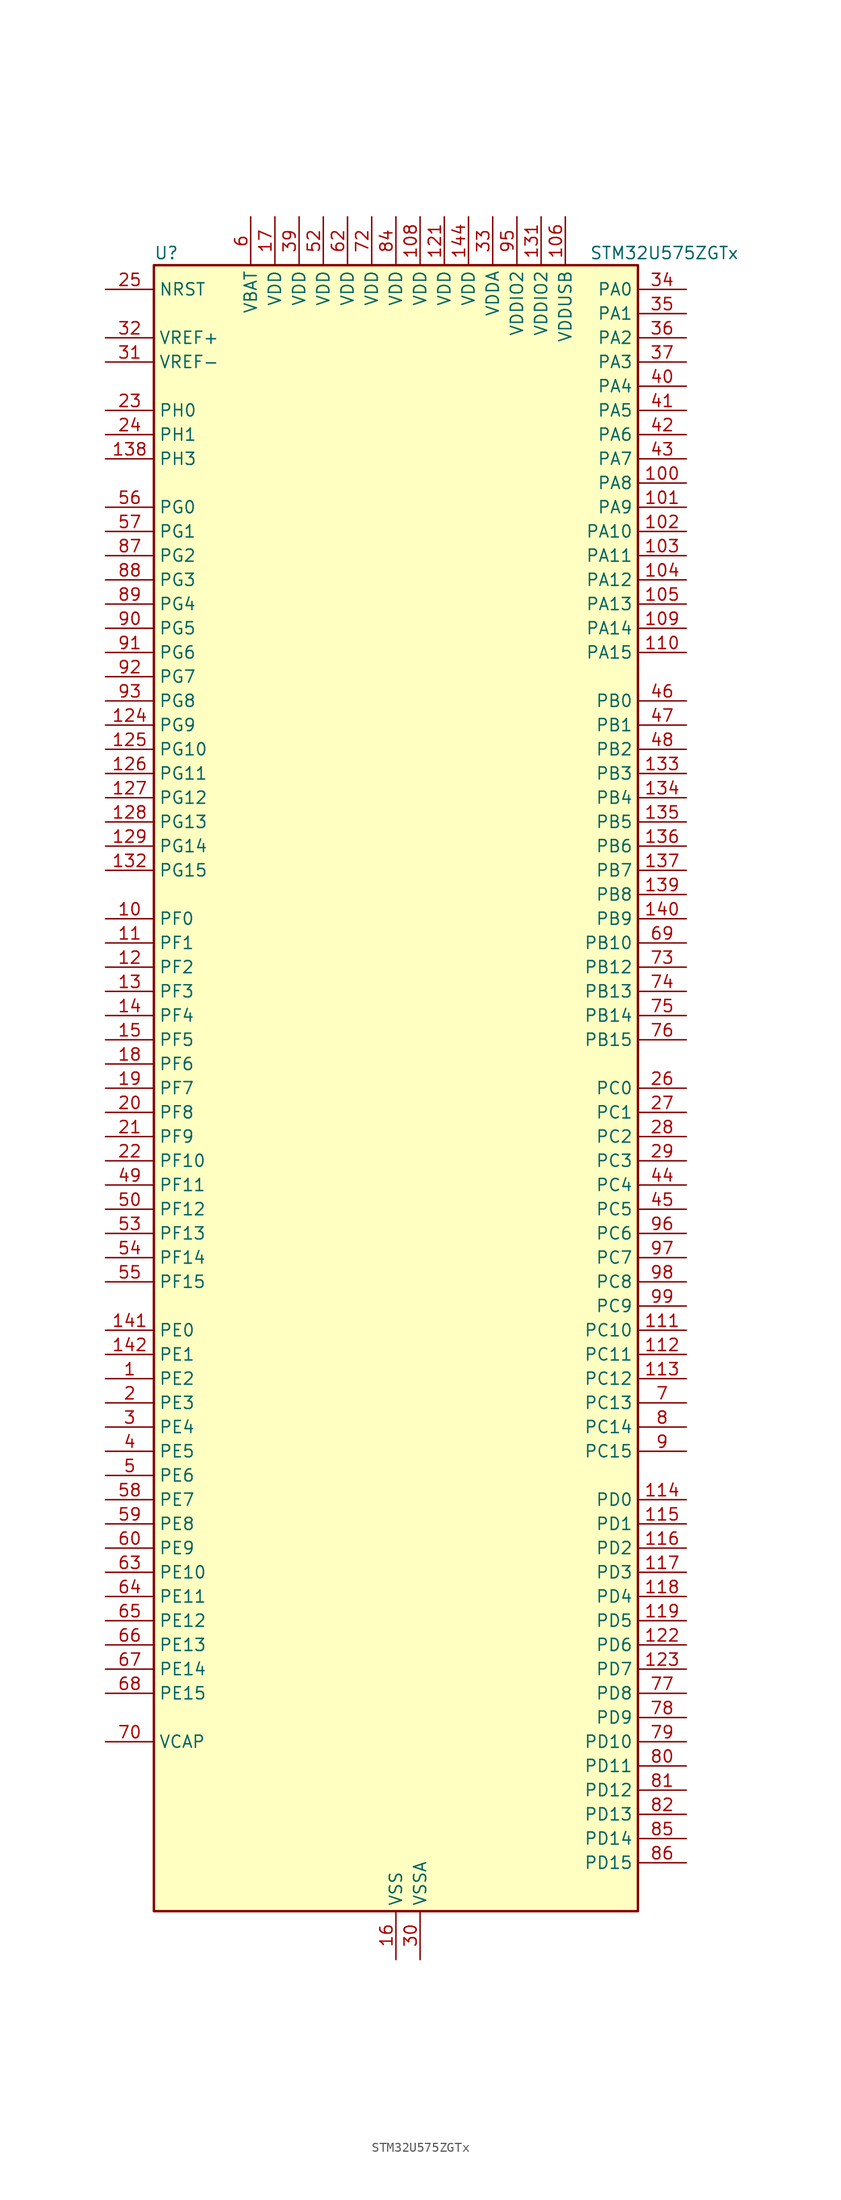
<source format=kicad_sym>
(kicad_symbol_lib
  (version 20211014)
  (generator kicad-library-utils)
  (symbol "STM32U575ZGTx"
    (property "Reference" "U"
      (at -25.4 87.63 0)
      (effects (font (size 1.27 1.27)) (justify left)))
    (property "Value" "STM32U575ZGTx"
      (at 20.32 87.63 0)
      (effects (font (size 1.27 1.27)) (justify left)))
    (property "ki_fp_filters" "LQFP*20x20mm*P0.5mm*"
      (at 0.0 0.0 0.0)
      (effects (font (size 1.27 1.27))))
    (symbol "STM32U575ZGTx_0_1"
      (rectangle (start -25.4 -86.36) (end 25.4 86.36) (stroke (width 0.254)) (fill (type background))))
    (symbol "STM32U575ZGTx_1_1"
      (pin input line (at -30.48 83.82 0) (length 5.08) (name "NRST" (effects (font (size 1.27 1.27)))) (number "25" (effects (font (size 1.27 1.27)))))
      (pin input line (at -30.48 78.74 0) (length 5.08) (name "VREF+" (effects (font (size 1.27 1.27)))) (number "32" (effects (font (size 1.27 1.27)))) (alternate "VREFBUF_OUT" bidirectional line))
      (pin input line (at -30.48 76.2 0) (length 5.08) (name "VREF-" (effects (font (size 1.27 1.27)))) (number "31" (effects (font (size 1.27 1.27)))))
      (pin bidirectional line (at -30.48 71.12 0) (length 5.08) (name "PH0" (effects (font (size 1.27 1.27)))) (number "23" (effects (font (size 1.27 1.27)))) (alternate "RCC_OSC_IN" bidirectional line))
      (pin bidirectional line (at -30.48 68.58 0) (length 5.08) (name "PH1" (effects (font (size 1.27 1.27)))) (number "24" (effects (font (size 1.27 1.27)))) (alternate "RCC_OSC_OUT" bidirectional line))
      (pin bidirectional line (at -30.48 66.04 0) (length 5.08) (name "PH3" (effects (font (size 1.27 1.27)))) (number "138" (effects (font (size 1.27 1.27)))))
      (pin bidirectional line (at -30.48 60.96 0) (length 5.08) (name "PG0" (effects (font (size 1.27 1.27)))) (number "56" (effects (font (size 1.27 1.27)))) (alternate "ADC4_IN7" bidirectional line) (alternate "FMC_A10" bidirectional line) (alternate "OCTOSPIM_P2_IO4" bidirectional line) (alternate "TSC_G8_IO3" bidirectional line))
      (pin bidirectional line (at -30.48 58.42 0) (length 5.08) (name "PG1" (effects (font (size 1.27 1.27)))) (number "57" (effects (font (size 1.27 1.27)))) (alternate "ADC4_IN8" bidirectional line) (alternate "FMC_A11" bidirectional line) (alternate "OCTOSPIM_P2_IO5" bidirectional line) (alternate "TSC_G8_IO4" bidirectional line))
      (pin bidirectional line (at -30.48 55.88 0) (length 5.08) (name "PG2" (effects (font (size 1.27 1.27)))) (number "87" (effects (font (size 1.27 1.27)))) (alternate "FMC_A12" bidirectional line) (alternate "SAI2_SCK_B" bidirectional line) (alternate "SPI1_SCK" bidirectional line))
      (pin bidirectional line (at -30.48 53.34 0) (length 5.08) (name "PG3" (effects (font (size 1.27 1.27)))) (number "88" (effects (font (size 1.27 1.27)))) (alternate "FMC_A13" bidirectional line) (alternate "SAI2_FS_B" bidirectional line) (alternate "SPI1_MISO" bidirectional line))
      (pin bidirectional line (at -30.48 50.8 0) (length 5.08) (name "PG4" (effects (font (size 1.27 1.27)))) (number "89" (effects (font (size 1.27 1.27)))) (alternate "FMC_A14" bidirectional line) (alternate "SAI2_MCLK_B" bidirectional line) (alternate "SPI1_MOSI" bidirectional line))
      (pin bidirectional line (at -30.48 48.26 0) (length 5.08) (name "PG5" (effects (font (size 1.27 1.27)))) (number "90" (effects (font (size 1.27 1.27)))) (alternate "FMC_A15" bidirectional line) (alternate "LPUART1_CTS" bidirectional line) (alternate "SAI2_SD_B" bidirectional line) (alternate "SPI1_NSS" bidirectional line))
      (pin bidirectional line (at -30.48 45.72 0) (length 5.08) (name "PG6" (effects (font (size 1.27 1.27)))) (number "91" (effects (font (size 1.27 1.27)))) (alternate "I2C3_SMBA" bidirectional line) (alternate "LPUART1_DE" bidirectional line) (alternate "LPUART1_RTS" bidirectional line) (alternate "OCTOSPIM_P1_DQS" bidirectional line) (alternate "SPI1_RDY" bidirectional line) (alternate "UCPD1_FRSTX1" bidirectional line))
      (pin bidirectional line (at -30.48 43.18 0) (length 5.08) (name "PG7" (effects (font (size 1.27 1.27)))) (number "92" (effects (font (size 1.27 1.27)))) (alternate "FMC_INT" bidirectional line) (alternate "I2C3_SCL" bidirectional line) (alternate "LPUART1_TX" bidirectional line) (alternate "MDF1_CCK0" bidirectional line) (alternate "OCTOSPIM_P2_DQS" bidirectional line) (alternate "SAI1_CK1" bidirectional line) (alternate "SAI1_MCLK_A" bidirectional line) (alternate "UCPD1_FRSTX2" bidirectional line))
      (pin bidirectional line (at -30.48 40.64 0) (length 5.08) (name "PG8" (effects (font (size 1.27 1.27)))) (number "93" (effects (font (size 1.27 1.27)))) (alternate "I2C3_SDA" bidirectional line) (alternate "LPUART1_RX" bidirectional line))
      (pin bidirectional line (at -30.48 38.1 0) (length 5.08) (name "PG9" (effects (font (size 1.27 1.27)))) (number "124" (effects (font (size 1.27 1.27)))) (alternate "DAC1_EXTI9" bidirectional line) (alternate "FMC_NCE" bidirectional line) (alternate "FMC_NE2" bidirectional line) (alternate "OCTOSPIM_P2_IO6" bidirectional line) (alternate "SAI2_SCK_A" bidirectional line) (alternate "SPI3_SCK" bidirectional line) (alternate "TIM15_CH1N" bidirectional line) (alternate "USART1_TX" bidirectional line))
      (pin bidirectional line (at -30.48 35.56 0) (length 5.08) (name "PG10" (effects (font (size 1.27 1.27)))) (number "125" (effects (font (size 1.27 1.27)))) (alternate "FMC_NE3" bidirectional line) (alternate "LPTIM1_IN1" bidirectional line) (alternate "OCTOSPIM_P2_IO7" bidirectional line) (alternate "SAI2_FS_A" bidirectional line) (alternate "SPI3_MISO" bidirectional line) (alternate "TIM15_CH1" bidirectional line) (alternate "USART1_RX" bidirectional line))
      (pin bidirectional line (at -30.48 33.02 0) (length 5.08) (name "PG11" (effects (font (size 1.27 1.27)))) (number "126" (effects (font (size 1.27 1.27)))) (alternate "ADC1_EXTI11" bidirectional line) (alternate "LPTIM1_IN2" bidirectional line) (alternate "OCTOSPIM_P1_IO5" bidirectional line) (alternate "SAI2_MCLK_A" bidirectional line) (alternate "SPI3_MOSI" bidirectional line) (alternate "TIM15_CH2" bidirectional line) (alternate "USART1_CTS" bidirectional line))
      (pin bidirectional line (at -30.48 30.48 0) (length 5.08) (name "PG12" (effects (font (size 1.27 1.27)))) (number "127" (effects (font (size 1.27 1.27)))) (alternate "FMC_NE4" bidirectional line) (alternate "LPTIM1_ETR" bidirectional line) (alternate "OCTOSPIM_P2_NCS" bidirectional line) (alternate "SAI2_SD_A" bidirectional line) (alternate "SPI3_NSS" bidirectional line) (alternate "USART1_DE" bidirectional line) (alternate "USART1_RTS" bidirectional line))
      (pin bidirectional line (at -30.48 27.94 0) (length 5.08) (name "PG13" (effects (font (size 1.27 1.27)))) (number "128" (effects (font (size 1.27 1.27)))) (alternate "FMC_A24" bidirectional line) (alternate "I2C1_SDA" bidirectional line) (alternate "SPI3_RDY" bidirectional line) (alternate "USART1_CK" bidirectional line))
      (pin bidirectional line (at -30.48 25.4 0) (length 5.08) (name "PG14" (effects (font (size 1.27 1.27)))) (number "129" (effects (font (size 1.27 1.27)))) (alternate "FMC_A25" bidirectional line) (alternate "I2C1_SCL" bidirectional line) (alternate "LPTIM1_CH2" bidirectional line))
      (pin bidirectional line (at -30.48 22.86 0) (length 5.08) (name "PG15" (effects (font (size 1.27 1.27)))) (number "132" (effects (font (size 1.27 1.27)))) (alternate "ADC1_EXTI15" bidirectional line) (alternate "ADC4_EXTI15" bidirectional line) (alternate "DCMI_D13" bidirectional line) (alternate "I2C1_SMBA" bidirectional line) (alternate "LPTIM1_CH1" bidirectional line) (alternate "OCTOSPIM_P2_DQS" bidirectional line) (alternate "PSSI_D13" bidirectional line))
      (pin bidirectional line (at -30.48 17.78 0) (length 5.08) (name "PF0" (effects (font (size 1.27 1.27)))) (number "10" (effects (font (size 1.27 1.27)))) (alternate "FMC_A0" bidirectional line) (alternate "I2C2_SDA" bidirectional line) (alternate "OCTOSPIM_P2_IO0" bidirectional line))
      (pin bidirectional line (at -30.48 15.24 0) (length 5.08) (name "PF1" (effects (font (size 1.27 1.27)))) (number "11" (effects (font (size 1.27 1.27)))) (alternate "FMC_A1" bidirectional line) (alternate "I2C2_SCL" bidirectional line) (alternate "OCTOSPIM_P2_IO1" bidirectional line))
      (pin bidirectional line (at -30.48 12.7 0) (length 5.08) (name "PF2" (effects (font (size 1.27 1.27)))) (number "12" (effects (font (size 1.27 1.27)))) (alternate "FMC_A2" bidirectional line) (alternate "I2C2_SMBA" bidirectional line) (alternate "LPTIM3_CH2" bidirectional line) (alternate "OCTOSPIM_P2_IO2" bidirectional line) (alternate "PWR_WKUP8" bidirectional line))
      (pin bidirectional line (at -30.48 10.16 0) (length 5.08) (name "PF3" (effects (font (size 1.27 1.27)))) (number "13" (effects (font (size 1.27 1.27)))) (alternate "FMC_A3" bidirectional line) (alternate "LPTIM3_IN1" bidirectional line) (alternate "OCTOSPIM_P2_IO3" bidirectional line))
      (pin bidirectional line (at -30.48 7.62 0) (length 5.08) (name "PF4" (effects (font (size 1.27 1.27)))) (number "14" (effects (font (size 1.27 1.27)))) (alternate "FMC_A4" bidirectional line) (alternate "LPTIM3_ETR" bidirectional line) (alternate "OCTOSPIM_P2_CLK" bidirectional line))
      (pin bidirectional line (at -30.48 5.08 0) (length 5.08) (name "PF5" (effects (font (size 1.27 1.27)))) (number "15" (effects (font (size 1.27 1.27)))) (alternate "FMC_A5" bidirectional line) (alternate "LPTIM3_CH1" bidirectional line) (alternate "OCTOSPIM_P2_NCLK" bidirectional line))
      (pin bidirectional line (at -30.48 2.54 0) (length 5.08) (name "PF6" (effects (font (size 1.27 1.27)))) (number "18" (effects (font (size 1.27 1.27)))) (alternate "DCMI_D12" bidirectional line) (alternate "OCTOSPIM_P1_IO3" bidirectional line) (alternate "OCTOSPIM_P2_NCS" bidirectional line) (alternate "PSSI_D12" bidirectional line) (alternate "SAI1_SD_B" bidirectional line) (alternate "TIM5_CH1" bidirectional line) (alternate "TIM5_ETR" bidirectional line))
      (pin bidirectional line (at -30.48 0.0 0) (length 5.08) (name "PF7" (effects (font (size 1.27 1.27)))) (number "19" (effects (font (size 1.27 1.27)))) (alternate "FDCAN1_RX" bidirectional line) (alternate "OCTOSPIM_P1_IO2" bidirectional line) (alternate "SAI1_MCLK_B" bidirectional line) (alternate "TIM5_CH2" bidirectional line))
      (pin bidirectional line (at -30.48 -2.54 0) (length 5.08) (name "PF8" (effects (font (size 1.27 1.27)))) (number "20" (effects (font (size 1.27 1.27)))) (alternate "FDCAN1_TX" bidirectional line) (alternate "OCTOSPIM_P1_IO0" bidirectional line) (alternate "PSSI_D14" bidirectional line) (alternate "SAI1_SCK_B" bidirectional line) (alternate "TIM5_CH3" bidirectional line))
      (pin bidirectional line (at -30.48 -5.08 0) (length 5.08) (name "PF9" (effects (font (size 1.27 1.27)))) (number "21" (effects (font (size 1.27 1.27)))) (alternate "DAC1_EXTI9" bidirectional line) (alternate "OCTOSPIM_P1_IO1" bidirectional line) (alternate "PSSI_D15" bidirectional line) (alternate "SAI1_FS_B" bidirectional line) (alternate "TIM15_CH1" bidirectional line) (alternate "TIM5_CH4" bidirectional line))
      (pin bidirectional line (at -30.48 -7.62 0) (length 5.08) (name "PF10" (effects (font (size 1.27 1.27)))) (number "22" (effects (font (size 1.27 1.27)))) (alternate "DCMI_D11" bidirectional line) (alternate "MDF1_CCK1" bidirectional line) (alternate "OCTOSPIM_P1_CLK" bidirectional line) (alternate "PSSI_D11" bidirectional line) (alternate "PSSI_D15" bidirectional line) (alternate "SAI1_D3" bidirectional line) (alternate "TIM15_CH2" bidirectional line))
      (pin bidirectional line (at -30.48 -10.16 0) (length 5.08) (name "PF11" (effects (font (size 1.27 1.27)))) (number "49" (effects (font (size 1.27 1.27)))) (alternate "ADC1_EXTI11" bidirectional line) (alternate "DCMI_D12" bidirectional line) (alternate "LPTIM4_IN1" bidirectional line) (alternate "OCTOSPIM_P1_NCLK" bidirectional line) (alternate "PSSI_D12" bidirectional line))
      (pin bidirectional line (at -30.48 -12.7 0) (length 5.08) (name "PF12" (effects (font (size 1.27 1.27)))) (number "50" (effects (font (size 1.27 1.27)))) (alternate "FMC_A6" bidirectional line) (alternate "LPTIM4_ETR" bidirectional line) (alternate "OCTOSPIM_P2_DQS" bidirectional line))
      (pin bidirectional line (at -30.48 -15.24 0) (length 5.08) (name "PF13" (effects (font (size 1.27 1.27)))) (number "53" (effects (font (size 1.27 1.27)))) (alternate "FMC_A7" bidirectional line) (alternate "I2C4_SMBA" bidirectional line) (alternate "LPTIM4_OUT" bidirectional line) (alternate "UCPD1_FRSTX2" bidirectional line))
      (pin bidirectional line (at -30.48 -17.78 0) (length 5.08) (name "PF14" (effects (font (size 1.27 1.27)))) (number "54" (effects (font (size 1.27 1.27)))) (alternate "ADC4_IN5" bidirectional line) (alternate "FMC_A8" bidirectional line) (alternate "I2C4_SCL" bidirectional line) (alternate "TSC_G8_IO1" bidirectional line))
      (pin bidirectional line (at -30.48 -20.32 0) (length 5.08) (name "PF15" (effects (font (size 1.27 1.27)))) (number "55" (effects (font (size 1.27 1.27)))) (alternate "ADC1_EXTI15" bidirectional line) (alternate "ADC4_EXTI15" bidirectional line) (alternate "ADC4_IN6" bidirectional line) (alternate "FMC_A9" bidirectional line) (alternate "I2C4_SDA" bidirectional line) (alternate "TSC_G8_IO2" bidirectional line))
      (pin bidirectional line (at -30.48 -25.4 0) (length 5.08) (name "PE0" (effects (font (size 1.27 1.27)))) (number "141" (effects (font (size 1.27 1.27)))) (alternate "DCMI_D2" bidirectional line) (alternate "FMC_NBL0" bidirectional line) (alternate "PSSI_D2" bidirectional line) (alternate "TIM16_CH1" bidirectional line) (alternate "TIM4_ETR" bidirectional line))
      (pin bidirectional line (at -30.48 -27.94 0) (length 5.08) (name "PE1" (effects (font (size 1.27 1.27)))) (number "142" (effects (font (size 1.27 1.27)))) (alternate "DCMI_D3" bidirectional line) (alternate "FMC_NBL1" bidirectional line) (alternate "PSSI_D3" bidirectional line) (alternate "TIM17_CH1" bidirectional line))
      (pin bidirectional line (at -30.48 -30.48 0) (length 5.08) (name "PE2" (effects (font (size 1.27 1.27)))) (number "1" (effects (font (size 1.27 1.27)))) (alternate "DEBUG_TRACECLK" bidirectional line) (alternate "FMC_A23" bidirectional line) (alternate "SAI1_CK1" bidirectional line) (alternate "SAI1_MCLK_A" bidirectional line) (alternate "TIM3_ETR" bidirectional line) (alternate "TSC_G7_IO1" bidirectional line))
      (pin bidirectional line (at -30.48 -33.02 0) (length 5.08) (name "PE3" (effects (font (size 1.27 1.27)))) (number "2" (effects (font (size 1.27 1.27)))) (alternate "DEBUG_TRACED0" bidirectional line) (alternate "FMC_A19" bidirectional line) (alternate "OCTOSPIM_P1_DQS" bidirectional line) (alternate "SAI1_SD_B" bidirectional line) (alternate "TAMP_IN6" bidirectional line) (alternate "TAMP_OUT3" bidirectional line) (alternate "TIM3_CH1" bidirectional line) (alternate "TSC_G7_IO2" bidirectional line))
      (pin bidirectional line (at -30.48 -35.56 0) (length 5.08) (name "PE4" (effects (font (size 1.27 1.27)))) (number "3" (effects (font (size 1.27 1.27)))) (alternate "DCMI_D4" bidirectional line) (alternate "DEBUG_TRACED1" bidirectional line) (alternate "FMC_A20" bidirectional line) (alternate "MDF1_SDI3" bidirectional line) (alternate "PSSI_D4" bidirectional line) (alternate "PWR_WKUP1" bidirectional line) (alternate "SAI1_D2" bidirectional line) (alternate "SAI1_FS_A" bidirectional line) (alternate "TAMP_IN7" bidirectional line) (alternate "TAMP_OUT8" bidirectional line) (alternate "TIM3_CH2" bidirectional line) (alternate "TSC_G7_IO3" bidirectional line))
      (pin bidirectional line (at -30.48 -38.1 0) (length 5.08) (name "PE5" (effects (font (size 1.27 1.27)))) (number "4" (effects (font (size 1.27 1.27)))) (alternate "DCMI_D6" bidirectional line) (alternate "DEBUG_TRACED2" bidirectional line) (alternate "FMC_A21" bidirectional line) (alternate "MDF1_CKI3" bidirectional line) (alternate "PSSI_D6" bidirectional line) (alternate "PWR_WKUP2" bidirectional line) (alternate "SAI1_CK2" bidirectional line) (alternate "SAI1_SCK_A" bidirectional line) (alternate "TAMP_IN8" bidirectional line) (alternate "TAMP_OUT7" bidirectional line) (alternate "TIM3_CH3" bidirectional line) (alternate "TSC_G7_IO4" bidirectional line))
      (pin bidirectional line (at -30.48 -40.64 0) (length 5.08) (name "PE6" (effects (font (size 1.27 1.27)))) (number "5" (effects (font (size 1.27 1.27)))) (alternate "DCMI_D7" bidirectional line) (alternate "DEBUG_TRACED3" bidirectional line) (alternate "FMC_A22" bidirectional line) (alternate "PSSI_D7" bidirectional line) (alternate "PWR_WKUP3" bidirectional line) (alternate "SAI1_D1" bidirectional line) (alternate "SAI1_SD_A" bidirectional line) (alternate "TAMP_IN3" bidirectional line) (alternate "TAMP_OUT6" bidirectional line) (alternate "TIM3_CH4" bidirectional line))
      (pin bidirectional line (at -30.48 -43.18 0) (length 5.08) (name "PE7" (effects (font (size 1.27 1.27)))) (number "58" (effects (font (size 1.27 1.27)))) (alternate "FMC_D4" bidirectional line) (alternate "FMC_DA4" bidirectional line) (alternate "MDF1_SDI2" bidirectional line) (alternate "PWR_WKUP6" bidirectional line) (alternate "SAI1_SD_B" bidirectional line) (alternate "TIM1_ETR" bidirectional line))
      (pin bidirectional line (at -30.48 -45.72 0) (length 5.08) (name "PE8" (effects (font (size 1.27 1.27)))) (number "59" (effects (font (size 1.27 1.27)))) (alternate "FMC_D5" bidirectional line) (alternate "FMC_DA5" bidirectional line) (alternate "MDF1_CKI2" bidirectional line) (alternate "PWR_WKUP7" bidirectional line) (alternate "SAI1_SCK_B" bidirectional line) (alternate "TIM1_CH1N" bidirectional line))
      (pin bidirectional line (at -30.48 -48.26 0) (length 5.08) (name "PE9" (effects (font (size 1.27 1.27)))) (number "60" (effects (font (size 1.27 1.27)))) (alternate "ADF1_CCK0" bidirectional line) (alternate "DAC1_EXTI9" bidirectional line) (alternate "FMC_D6" bidirectional line) (alternate "FMC_DA6" bidirectional line) (alternate "MDF1_CCK0" bidirectional line) (alternate "OCTOSPIM_P1_NCLK" bidirectional line) (alternate "SAI1_FS_B" bidirectional line) (alternate "TIM1_CH1" bidirectional line))
      (pin bidirectional line (at -30.48 -50.8 0) (length 5.08) (name "PE10" (effects (font (size 1.27 1.27)))) (number "63" (effects (font (size 1.27 1.27)))) (alternate "ADF1_SDI0" bidirectional line) (alternate "FMC_D7" bidirectional line) (alternate "FMC_DA7" bidirectional line) (alternate "MDF1_SDI4" bidirectional line) (alternate "OCTOSPIM_P1_CLK" bidirectional line) (alternate "SAI1_MCLK_B" bidirectional line) (alternate "TIM1_CH2N" bidirectional line) (alternate "TSC_G5_IO1" bidirectional line))
      (pin bidirectional line (at -30.48 -53.34 0) (length 5.08) (name "PE11" (effects (font (size 1.27 1.27)))) (number "64" (effects (font (size 1.27 1.27)))) (alternate "ADC1_EXTI11" bidirectional line) (alternate "FMC_D8" bidirectional line) (alternate "FMC_DA8" bidirectional line) (alternate "MDF1_CKI4" bidirectional line) (alternate "OCTOSPIM_P1_NCS" bidirectional line) (alternate "SPI1_RDY" bidirectional line) (alternate "TIM1_CH2" bidirectional line) (alternate "TSC_G5_IO2" bidirectional line))
      (pin bidirectional line (at -30.48 -55.88 0) (length 5.08) (name "PE12" (effects (font (size 1.27 1.27)))) (number "65" (effects (font (size 1.27 1.27)))) (alternate "FMC_D9" bidirectional line) (alternate "FMC_DA9" bidirectional line) (alternate "MDF1_SDI5" bidirectional line) (alternate "OCTOSPIM_P1_IO0" bidirectional line) (alternate "SPI1_NSS" bidirectional line) (alternate "TIM1_CH3N" bidirectional line) (alternate "TSC_G5_IO3" bidirectional line))
      (pin bidirectional line (at -30.48 -58.42 0) (length 5.08) (name "PE13" (effects (font (size 1.27 1.27)))) (number "66" (effects (font (size 1.27 1.27)))) (alternate "FMC_D10" bidirectional line) (alternate "FMC_DA10" bidirectional line) (alternate "MDF1_CKI5" bidirectional line) (alternate "OCTOSPIM_P1_IO1" bidirectional line) (alternate "SPI1_SCK" bidirectional line) (alternate "TIM1_CH3" bidirectional line) (alternate "TSC_G5_IO4" bidirectional line))
      (pin bidirectional line (at -30.48 -60.96 0) (length 5.08) (name "PE14" (effects (font (size 1.27 1.27)))) (number "67" (effects (font (size 1.27 1.27)))) (alternate "FMC_D11" bidirectional line) (alternate "FMC_DA11" bidirectional line) (alternate "OCTOSPIM_P1_IO2" bidirectional line) (alternate "SPI1_MISO" bidirectional line) (alternate "TIM1_BKIN2" bidirectional line) (alternate "TIM1_CH4" bidirectional line))
      (pin bidirectional line (at -30.48 -63.5 0) (length 5.08) (name "PE15" (effects (font (size 1.27 1.27)))) (number "68" (effects (font (size 1.27 1.27)))) (alternate "ADC1_EXTI15" bidirectional line) (alternate "ADC4_EXTI15" bidirectional line) (alternate "FMC_D12" bidirectional line) (alternate "FMC_DA12" bidirectional line) (alternate "OCTOSPIM_P1_IO3" bidirectional line) (alternate "SPI1_MOSI" bidirectional line) (alternate "TIM1_BKIN" bidirectional line) (alternate "TIM1_CH4N" bidirectional line))
      (pin power_out line (at -30.48 -68.58 0) (length 5.08) (name "VCAP" (effects (font (size 1.27 1.27)))) (number "70" (effects (font (size 1.27 1.27)))))
      (pin bidirectional line (at 30.48 83.82 180) (length 5.08) (name "PA0" (effects (font (size 1.27 1.27)))) (number "34" (effects (font (size 1.27 1.27)))) (alternate "ADC1_IN5" bidirectional line) (alternate "AUDIOCLK" bidirectional line) (alternate "OCTOSPIM_P2_NCS" bidirectional line) (alternate "OPAMP1_VINP" bidirectional line) (alternate "PWR_WKUP1" bidirectional line) (alternate "SDMMC2_CMD" bidirectional line) (alternate "SPI3_RDY" bidirectional line) (alternate "TAMP_IN2" bidirectional line) (alternate "TAMP_OUT1" bidirectional line) (alternate "TIM2_CH1" bidirectional line) (alternate "TIM2_ETR" bidirectional line) (alternate "TIM5_CH1" bidirectional line) (alternate "TIM8_ETR" bidirectional line) (alternate "UART4_TX" bidirectional line) (alternate "USART2_CTS" bidirectional line))
      (pin bidirectional line (at 30.48 81.28 180) (length 5.08) (name "PA1" (effects (font (size 1.27 1.27)))) (number "35" (effects (font (size 1.27 1.27)))) (alternate "ADC1_IN6" bidirectional line) (alternate "I2C1_SMBA" bidirectional line) (alternate "LPTIM1_CH2" bidirectional line) (alternate "OCTOSPIM_P1_DQS" bidirectional line) (alternate "OPAMP1_VINM" bidirectional line) (alternate "PWR_WKUP3" bidirectional line) (alternate "SPI1_SCK" bidirectional line) (alternate "TAMP_IN5" bidirectional line) (alternate "TAMP_OUT4" bidirectional line) (alternate "TIM15_CH1N" bidirectional line) (alternate "TIM2_CH2" bidirectional line) (alternate "TIM5_CH2" bidirectional line) (alternate "UART4_RX" bidirectional line) (alternate "USART2_DE" bidirectional line) (alternate "USART2_RTS" bidirectional line))
      (pin bidirectional line (at 30.48 78.74 180) (length 5.08) (name "PA2" (effects (font (size 1.27 1.27)))) (number "36" (effects (font (size 1.27 1.27)))) (alternate "ADC1_IN7" bidirectional line) (alternate "COMP1_INP" bidirectional line) (alternate "LPUART1_TX" bidirectional line) (alternate "OCTOSPIM_P1_NCS" bidirectional line) (alternate "PWR_WKUP4" bidirectional line) (alternate "RCC_LSCO" bidirectional line) (alternate "SPI1_RDY" bidirectional line) (alternate "TIM15_CH1" bidirectional line) (alternate "TIM2_CH3" bidirectional line) (alternate "TIM5_CH3" bidirectional line) (alternate "UCPD1_FRSTX1" bidirectional line) (alternate "USART2_TX" bidirectional line))
      (pin bidirectional line (at 30.48 76.2 180) (length 5.08) (name "PA3" (effects (font (size 1.27 1.27)))) (number "37" (effects (font (size 1.27 1.27)))) (alternate "ADC1_IN8" bidirectional line) (alternate "LPUART1_RX" bidirectional line) (alternate "OCTOSPIM_P1_CLK" bidirectional line) (alternate "OPAMP1_VOUT" bidirectional line) (alternate "PWR_WKUP5" bidirectional line) (alternate "SAI1_CK1" bidirectional line) (alternate "SAI1_MCLK_A" bidirectional line) (alternate "TIM15_CH2" bidirectional line) (alternate "TIM2_CH4" bidirectional line) (alternate "TIM5_CH4" bidirectional line) (alternate "USART2_RX" bidirectional line))
      (pin bidirectional line (at 30.48 73.66 180) (length 5.08) (name "PA4" (effects (font (size 1.27 1.27)))) (number "40" (effects (font (size 1.27 1.27)))) (alternate "ADC1_IN9" bidirectional line) (alternate "ADC4_IN9" bidirectional line) (alternate "DAC1_OUT1" bidirectional line) (alternate "DCMI_HSYNC" bidirectional line) (alternate "LPTIM2_CH1" bidirectional line) (alternate "OCTOSPIM_P1_NCS" bidirectional line) (alternate "PSSI_DE" bidirectional line) (alternate "PWR_WKUP2" bidirectional line) (alternate "SAI1_FS_B" bidirectional line) (alternate "SPI1_NSS" bidirectional line) (alternate "SPI3_NSS" bidirectional line) (alternate "USART2_CK" bidirectional line))
      (pin bidirectional line (at 30.48 71.12 180) (length 5.08) (name "PA5" (effects (font (size 1.27 1.27)))) (number "41" (effects (font (size 1.27 1.27)))) (alternate "ADC1_IN10" bidirectional line) (alternate "ADC4_IN10" bidirectional line) (alternate "DAC1_OUT2" bidirectional line) (alternate "LPTIM2_ETR" bidirectional line) (alternate "PSSI_D14" bidirectional line) (alternate "PWR_CSLEEP" bidirectional line) (alternate "PWR_WKUP6" bidirectional line) (alternate "SPI1_SCK" bidirectional line) (alternate "TIM2_CH1" bidirectional line) (alternate "TIM2_ETR" bidirectional line) (alternate "TIM8_CH1N" bidirectional line) (alternate "USART3_RX" bidirectional line))
      (pin bidirectional line (at 30.48 68.58 180) (length 5.08) (name "PA6" (effects (font (size 1.27 1.27)))) (number "42" (effects (font (size 1.27 1.27)))) (alternate "ADC1_IN11" bidirectional line) (alternate "ADC4_IN11" bidirectional line) (alternate "DCMI_PIXCLK" bidirectional line) (alternate "LPUART1_CTS" bidirectional line) (alternate "OCTOSPIM_P1_IO3" bidirectional line) (alternate "OPAMP2_VINP" bidirectional line) (alternate "PSSI_PDCK" bidirectional line) (alternate "PWR_CDSTOP" bidirectional line) (alternate "PWR_WKUP7" bidirectional line) (alternate "SPI1_MISO" bidirectional line) (alternate "TIM16_CH1" bidirectional line) (alternate "TIM1_BKIN" bidirectional line) (alternate "TIM3_CH1" bidirectional line) (alternate "TIM8_BKIN" bidirectional line) (alternate "USART3_CTS" bidirectional line))
      (pin bidirectional line (at 30.48 66.04 180) (length 5.08) (name "PA7" (effects (font (size 1.27 1.27)))) (number "43" (effects (font (size 1.27 1.27)))) (alternate "ADC1_IN12" bidirectional line) (alternate "ADC4_IN20" bidirectional line) (alternate "I2C3_SCL" bidirectional line) (alternate "LPTIM2_CH2" bidirectional line) (alternate "OCTOSPIM_P1_IO2" bidirectional line) (alternate "OPAMP2_VINM" bidirectional line) (alternate "PWR_SRDSTOP" bidirectional line) (alternate "PWR_WKUP8" bidirectional line) (alternate "SPI1_MOSI" bidirectional line) (alternate "TIM17_CH1" bidirectional line) (alternate "TIM1_CH1N" bidirectional line) (alternate "TIM3_CH2" bidirectional line) (alternate "TIM8_CH1N" bidirectional line) (alternate "USART3_TX" bidirectional line))
      (pin bidirectional line (at 30.48 63.5 180) (length 5.08) (name "PA8" (effects (font (size 1.27 1.27)))) (number "100" (effects (font (size 1.27 1.27)))) (alternate "DEBUG_TRACECLK" bidirectional line) (alternate "LPTIM2_CH1" bidirectional line) (alternate "RCC_MCO" bidirectional line) (alternate "SAI1_CK2" bidirectional line) (alternate "SAI1_SCK_A" bidirectional line) (alternate "SPI1_RDY" bidirectional line) (alternate "TIM1_CH1" bidirectional line) (alternate "USART1_CK" bidirectional line) (alternate "USB_OTG_FS_SOF" bidirectional line))
      (pin bidirectional line (at 30.48 60.96 180) (length 5.08) (name "PA9" (effects (font (size 1.27 1.27)))) (number "101" (effects (font (size 1.27 1.27)))) (alternate "DAC1_EXTI9" bidirectional line) (alternate "DCMI_D0" bidirectional line) (alternate "PSSI_D0" bidirectional line) (alternate "SAI1_FS_A" bidirectional line) (alternate "SPI2_SCK" bidirectional line) (alternate "TIM15_BKIN" bidirectional line) (alternate "TIM1_CH2" bidirectional line) (alternate "USART1_TX" bidirectional line) (alternate "USB_OTG_FS_VBUS" bidirectional line))
      (pin bidirectional line (at 30.48 58.42 180) (length 5.08) (name "PA10" (effects (font (size 1.27 1.27)))) (number "102" (effects (font (size 1.27 1.27)))) (alternate "CRS_SYNC" bidirectional line) (alternate "DCMI_D1" bidirectional line) (alternate "LPTIM2_IN2" bidirectional line) (alternate "PSSI_D1" bidirectional line) (alternate "SAI1_D1" bidirectional line) (alternate "SAI1_SD_A" bidirectional line) (alternate "TIM17_BKIN" bidirectional line) (alternate "TIM1_CH3" bidirectional line) (alternate "USART1_RX" bidirectional line) (alternate "USB_OTG_FS_ID" bidirectional line))
      (pin bidirectional line (at 30.48 55.88 180) (length 5.08) (name "PA11" (effects (font (size 1.27 1.27)))) (number "103" (effects (font (size 1.27 1.27)))) (alternate "ADC1_EXTI11" bidirectional line) (alternate "FDCAN1_RX" bidirectional line) (alternate "SPI1_MISO" bidirectional line) (alternate "TIM1_BKIN2" bidirectional line) (alternate "TIM1_CH4" bidirectional line) (alternate "USART1_CTS" bidirectional line) (alternate "USB_OTG_FS_DM" bidirectional line))
      (pin bidirectional line (at 30.48 53.34 180) (length 5.08) (name "PA12" (effects (font (size 1.27 1.27)))) (number "104" (effects (font (size 1.27 1.27)))) (alternate "FDCAN1_TX" bidirectional line) (alternate "OCTOSPIM_P2_NCS" bidirectional line) (alternate "SPI1_MOSI" bidirectional line) (alternate "TIM1_ETR" bidirectional line) (alternate "USART1_DE" bidirectional line) (alternate "USART1_RTS" bidirectional line) (alternate "USB_OTG_FS_DP" bidirectional line))
      (pin bidirectional line (at 30.48 50.8 180) (length 5.08) (name "PA13" (effects (font (size 1.27 1.27)))) (number "105" (effects (font (size 1.27 1.27)))) (alternate "DEBUG_JTMS-SWDIO" bidirectional line) (alternate "IR_OUT" bidirectional line) (alternate "SAI1_SD_B" bidirectional line) (alternate "USB_OTG_FS_NOE" bidirectional line))
      (pin bidirectional line (at 30.48 48.26 180) (length 5.08) (name "PA14" (effects (font (size 1.27 1.27)))) (number "109" (effects (font (size 1.27 1.27)))) (alternate "DEBUG_JTCK-SWCLK" bidirectional line) (alternate "I2C1_SMBA" bidirectional line) (alternate "I2C4_SMBA" bidirectional line) (alternate "LPTIM1_CH1" bidirectional line) (alternate "SAI1_FS_B" bidirectional line) (alternate "USB_OTG_FS_SOF" bidirectional line))
      (pin bidirectional line (at 30.48 45.72 180) (length 5.08) (name "PA15" (effects (font (size 1.27 1.27)))) (number "110" (effects (font (size 1.27 1.27)))) (alternate "ADC1_EXTI15" bidirectional line) (alternate "ADC4_EXTI15" bidirectional line) (alternate "DEBUG_JTDI" bidirectional line) (alternate "SAI2_FS_B" bidirectional line) (alternate "SPI1_NSS" bidirectional line) (alternate "SPI3_NSS" bidirectional line) (alternate "TIM2_CH1" bidirectional line) (alternate "TIM2_ETR" bidirectional line) (alternate "UART4_DE" bidirectional line) (alternate "UART4_RTS" bidirectional line) (alternate "UCPD1_CC1" bidirectional line) (alternate "USART2_RX" bidirectional line) (alternate "USART3_DE" bidirectional line) (alternate "USART3_RTS" bidirectional line))
      (pin bidirectional line (at 30.48 40.64 180) (length 5.08) (name "PB0" (effects (font (size 1.27 1.27)))) (number "46" (effects (font (size 1.27 1.27)))) (alternate "ADC1_IN15" bidirectional line) (alternate "ADC4_IN18" bidirectional line) (alternate "AUDIOCLK" bidirectional line) (alternate "COMP1_OUT" bidirectional line) (alternate "LPTIM3_CH1" bidirectional line) (alternate "OCTOSPIM_P1_IO1" bidirectional line) (alternate "OPAMP2_VOUT" bidirectional line) (alternate "SPI1_NSS" bidirectional line) (alternate "TIM1_CH2N" bidirectional line) (alternate "TIM3_CH3" bidirectional line) (alternate "TIM8_CH2N" bidirectional line) (alternate "USART3_CK" bidirectional line))
      (pin bidirectional line (at 30.48 38.1 180) (length 5.08) (name "PB1" (effects (font (size 1.27 1.27)))) (number "47" (effects (font (size 1.27 1.27)))) (alternate "ADC1_IN16" bidirectional line) (alternate "ADC4_IN19" bidirectional line) (alternate "COMP1_INM" bidirectional line) (alternate "LPTIM2_IN1" bidirectional line) (alternate "LPTIM3_CH2" bidirectional line) (alternate "LPUART1_DE" bidirectional line) (alternate "LPUART1_RTS" bidirectional line) (alternate "MDF1_SDI0" bidirectional line) (alternate "OCTOSPIM_P1_IO0" bidirectional line) (alternate "PWR_WKUP4" bidirectional line) (alternate "TIM1_CH3N" bidirectional line) (alternate "TIM3_CH4" bidirectional line) (alternate "TIM8_CH3N" bidirectional line) (alternate "USART3_DE" bidirectional line) (alternate "USART3_RTS" bidirectional line))
      (pin bidirectional line (at 30.48 35.56 180) (length 5.08) (name "PB2" (effects (font (size 1.27 1.27)))) (number "48" (effects (font (size 1.27 1.27)))) (alternate "ADC1_IN17" bidirectional line) (alternate "COMP1_INP" bidirectional line) (alternate "I2C3_SMBA" bidirectional line) (alternate "LPTIM1_CH1" bidirectional line) (alternate "MDF1_CKI0" bidirectional line) (alternate "OCTOSPIM_P1_DQS" bidirectional line) (alternate "PWR_WKUP1" bidirectional line) (alternate "RTC_OUT2" bidirectional line) (alternate "SPI1_RDY" bidirectional line) (alternate "TIM8_CH4N" bidirectional line) (alternate "UCPD1_FRSTX1" bidirectional line))
      (pin bidirectional line (at 30.48 33.02 180) (length 5.08) (name "PB3" (effects (font (size 1.27 1.27)))) (number "133" (effects (font (size 1.27 1.27)))) (alternate "ADF1_CCK0" bidirectional line) (alternate "COMP2_INM" bidirectional line) (alternate "CRS_SYNC" bidirectional line) (alternate "DEBUG_JTDO-SWO" bidirectional line) (alternate "I2C1_SDA" bidirectional line) (alternate "LPTIM1_CH1" bidirectional line) (alternate "SAI1_SCK_B" bidirectional line) (alternate "SDMMC2_D2" bidirectional line) (alternate "SPI1_SCK" bidirectional line) (alternate "SPI3_SCK" bidirectional line) (alternate "TIM2_CH2" bidirectional line) (alternate "USART1_DE" bidirectional line) (alternate "USART1_RTS" bidirectional line))
      (pin bidirectional line (at 30.48 30.48 180) (length 5.08) (name "PB4" (effects (font (size 1.27 1.27)))) (number "134" (effects (font (size 1.27 1.27)))) (alternate "ADF1_SDI0" bidirectional line) (alternate "COMP2_INP" bidirectional line) (alternate "DCMI_D12" bidirectional line) (alternate "DEBUG_JTRST" bidirectional line) (alternate "I2C3_SDA" bidirectional line) (alternate "LPTIM1_CH2" bidirectional line) (alternate "PSSI_D12" bidirectional line) (alternate "SAI1_MCLK_B" bidirectional line) (alternate "SDMMC2_D3" bidirectional line) (alternate "SPI1_MISO" bidirectional line) (alternate "SPI3_MISO" bidirectional line) (alternate "TIM17_BKIN" bidirectional line) (alternate "TIM3_CH1" bidirectional line) (alternate "TSC_G2_IO1" bidirectional line) (alternate "UART5_DE" bidirectional line) (alternate "UART5_RTS" bidirectional line) (alternate "USART1_CTS" bidirectional line))
      (pin bidirectional line (at 30.48 27.94 180) (length 5.08) (name "PB5" (effects (font (size 1.27 1.27)))) (number "135" (effects (font (size 1.27 1.27)))) (alternate "COMP2_OUT" bidirectional line) (alternate "DCMI_D10" bidirectional line) (alternate "I2C1_SMBA" bidirectional line) (alternate "LPTIM1_IN1" bidirectional line) (alternate "OCTOSPIM_P1_NCLK" bidirectional line) (alternate "PSSI_D10" bidirectional line) (alternate "PWR_WKUP6" bidirectional line) (alternate "SAI1_SD_B" bidirectional line) (alternate "SPI1_MOSI" bidirectional line) (alternate "SPI3_MOSI" bidirectional line) (alternate "TIM16_BKIN" bidirectional line) (alternate "TIM3_CH2" bidirectional line) (alternate "TSC_G2_IO2" bidirectional line) (alternate "UART5_CTS" bidirectional line) (alternate "UCPD1_DBCC1" bidirectional line) (alternate "USART1_CK" bidirectional line))
      (pin bidirectional line (at 30.48 25.4 180) (length 5.08) (name "PB6" (effects (font (size 1.27 1.27)))) (number "136" (effects (font (size 1.27 1.27)))) (alternate "COMP2_INP" bidirectional line) (alternate "DCMI_D5" bidirectional line) (alternate "I2C1_SCL" bidirectional line) (alternate "I2C4_SCL" bidirectional line) (alternate "LPTIM1_ETR" bidirectional line) (alternate "MDF1_SDI5" bidirectional line) (alternate "PSSI_D5" bidirectional line) (alternate "PWR_WKUP3" bidirectional line) (alternate "SAI1_FS_B" bidirectional line) (alternate "TIM16_CH1N" bidirectional line) (alternate "TIM4_CH1" bidirectional line) (alternate "TIM8_BKIN2" bidirectional line) (alternate "TSC_G2_IO3" bidirectional line) (alternate "USART1_TX" bidirectional line))
      (pin bidirectional line (at 30.48 22.86 180) (length 5.08) (name "PB7" (effects (font (size 1.27 1.27)))) (number "137" (effects (font (size 1.27 1.27)))) (alternate "COMP2_INM" bidirectional line) (alternate "DCMI_VSYNC" bidirectional line) (alternate "FMC_NL" bidirectional line) (alternate "I2C1_SDA" bidirectional line) (alternate "I2C4_SDA" bidirectional line) (alternate "LPTIM1_IN2" bidirectional line) (alternate "MDF1_CKI5" bidirectional line) (alternate "PSSI_RDY" bidirectional line) (alternate "PWR_PVD_IN" bidirectional line) (alternate "PWR_WKUP4" bidirectional line) (alternate "TIM17_CH1N" bidirectional line) (alternate "TIM4_CH2" bidirectional line) (alternate "TIM8_BKIN" bidirectional line) (alternate "TSC_G2_IO4" bidirectional line) (alternate "UART4_CTS" bidirectional line) (alternate "USART1_RX" bidirectional line))
      (pin bidirectional line (at 30.48 20.32 180) (length 5.08) (name "PB8" (effects (font (size 1.27 1.27)))) (number "139" (effects (font (size 1.27 1.27)))) (alternate "DCMI_D6" bidirectional line) (alternate "FDCAN1_RX" bidirectional line) (alternate "I2C1_SCL" bidirectional line) (alternate "MDF1_CCK0" bidirectional line) (alternate "PSSI_D6" bidirectional line) (alternate "PWR_WKUP5" bidirectional line) (alternate "SAI1_CK1" bidirectional line) (alternate "SAI1_MCLK_A" bidirectional line) (alternate "SDMMC1_CKIN" bidirectional line) (alternate "SDMMC1_D4" bidirectional line) (alternate "SDMMC2_D4" bidirectional line) (alternate "SPI3_RDY" bidirectional line) (alternate "TIM16_CH1" bidirectional line) (alternate "TIM4_CH3" bidirectional line))
      (pin bidirectional line (at 30.48 17.78 180) (length 5.08) (name "PB9" (effects (font (size 1.27 1.27)))) (number "140" (effects (font (size 1.27 1.27)))) (alternate "DAC1_EXTI9" bidirectional line) (alternate "DCMI_D7" bidirectional line) (alternate "FDCAN1_TX" bidirectional line) (alternate "I2C1_SDA" bidirectional line) (alternate "IR_OUT" bidirectional line) (alternate "PSSI_D7" bidirectional line) (alternate "SAI1_D2" bidirectional line) (alternate "SAI1_FS_A" bidirectional line) (alternate "SDMMC1_CDIR" bidirectional line) (alternate "SDMMC1_D5" bidirectional line) (alternate "SDMMC2_D5" bidirectional line) (alternate "SPI2_NSS" bidirectional line) (alternate "TIM17_CH1" bidirectional line) (alternate "TIM4_CH4" bidirectional line))
      (pin bidirectional line (at 30.48 15.24 180) (length 5.08) (name "PB10" (effects (font (size 1.27 1.27)))) (number "69" (effects (font (size 1.27 1.27)))) (alternate "COMP1_OUT" bidirectional line) (alternate "I2C2_SCL" bidirectional line) (alternate "I2C4_SCL" bidirectional line) (alternate "LPTIM3_CH1" bidirectional line) (alternate "LPUART1_RX" bidirectional line) (alternate "OCTOSPIM_P1_CLK" bidirectional line) (alternate "PWR_WKUP8" bidirectional line) (alternate "SAI1_SCK_A" bidirectional line) (alternate "SPI2_SCK" bidirectional line) (alternate "TIM2_CH3" bidirectional line) (alternate "TSC_SYNC" bidirectional line) (alternate "USART3_TX" bidirectional line))
      (pin bidirectional line (at 30.48 12.7 180) (length 5.08) (name "PB12" (effects (font (size 1.27 1.27)))) (number "73" (effects (font (size 1.27 1.27)))) (alternate "I2C2_SMBA" bidirectional line) (alternate "LPUART1_DE" bidirectional line) (alternate "LPUART1_RTS" bidirectional line) (alternate "MDF1_SDI1" bidirectional line) (alternate "OCTOSPIM_P1_NCLK" bidirectional line) (alternate "SAI2_FS_A" bidirectional line) (alternate "SPI2_NSS" bidirectional line) (alternate "TIM15_BKIN" bidirectional line) (alternate "TIM1_BKIN" bidirectional line) (alternate "TSC_G1_IO1" bidirectional line) (alternate "USART3_CK" bidirectional line))
      (pin bidirectional line (at 30.48 10.16 180) (length 5.08) (name "PB13" (effects (font (size 1.27 1.27)))) (number "74" (effects (font (size 1.27 1.27)))) (alternate "I2C2_SCL" bidirectional line) (alternate "LPTIM3_IN1" bidirectional line) (alternate "LPUART1_CTS" bidirectional line) (alternate "MDF1_CKI1" bidirectional line) (alternate "SAI2_SCK_A" bidirectional line) (alternate "SPI2_SCK" bidirectional line) (alternate "TIM15_CH1N" bidirectional line) (alternate "TIM1_CH1N" bidirectional line) (alternate "TSC_G1_IO2" bidirectional line) (alternate "USART3_CTS" bidirectional line))
      (pin bidirectional line (at 30.48 7.62 180) (length 5.08) (name "PB14" (effects (font (size 1.27 1.27)))) (number "75" (effects (font (size 1.27 1.27)))) (alternate "I2C2_SDA" bidirectional line) (alternate "LPTIM3_ETR" bidirectional line) (alternate "MDF1_SDI2" bidirectional line) (alternate "SAI2_MCLK_A" bidirectional line) (alternate "SDMMC2_D0" bidirectional line) (alternate "SPI2_MISO" bidirectional line) (alternate "TIM15_CH1" bidirectional line) (alternate "TIM1_CH2N" bidirectional line) (alternate "TIM8_CH2N" bidirectional line) (alternate "TSC_G1_IO3" bidirectional line) (alternate "UCPD1_DBCC2" bidirectional line) (alternate "USART3_DE" bidirectional line) (alternate "USART3_RTS" bidirectional line))
      (pin bidirectional line (at 30.48 5.08 180) (length 5.08) (name "PB15" (effects (font (size 1.27 1.27)))) (number "76" (effects (font (size 1.27 1.27)))) (alternate "ADC1_EXTI15" bidirectional line) (alternate "ADC4_EXTI15" bidirectional line) (alternate "FMC_NBL1" bidirectional line) (alternate "LPTIM2_IN2" bidirectional line) (alternate "MDF1_CKI2" bidirectional line) (alternate "PWR_WKUP7" bidirectional line) (alternate "RTC_REFIN" bidirectional line) (alternate "SAI2_SD_A" bidirectional line) (alternate "SDMMC2_D1" bidirectional line) (alternate "SPI2_MOSI" bidirectional line) (alternate "TIM15_CH2" bidirectional line) (alternate "TIM1_CH3N" bidirectional line) (alternate "TIM8_CH3N" bidirectional line) (alternate "UCPD1_CC2" bidirectional line))
      (pin bidirectional line (at 30.48 0.0 180) (length 5.08) (name "PC0" (effects (font (size 1.27 1.27)))) (number "26" (effects (font (size 1.27 1.27)))) (alternate "ADC1_IN1" bidirectional line) (alternate "ADC4_IN1" bidirectional line) (alternate "I2C3_SCL" bidirectional line) (alternate "LPTIM1_IN1" bidirectional line) (alternate "LPTIM2_IN1" bidirectional line) (alternate "LPUART1_RX" bidirectional line) (alternate "MDF1_SDI4" bidirectional line) (alternate "OCTOSPIM_P1_IO7" bidirectional line) (alternate "SAI2_FS_A" bidirectional line) (alternate "SDMMC1_D5" bidirectional line) (alternate "SPI2_RDY" bidirectional line))
      (pin bidirectional line (at 30.48 -2.54 180) (length 5.08) (name "PC1" (effects (font (size 1.27 1.27)))) (number "27" (effects (font (size 1.27 1.27)))) (alternate "ADC1_IN2" bidirectional line) (alternate "ADC4_IN2" bidirectional line) (alternate "DEBUG_TRACED0" bidirectional line) (alternate "I2C3_SDA" bidirectional line) (alternate "LPTIM1_CH1" bidirectional line) (alternate "LPUART1_TX" bidirectional line) (alternate "MDF1_CKI4" bidirectional line) (alternate "OCTOSPIM_P1_IO4" bidirectional line) (alternate "SAI1_SD_A" bidirectional line) (alternate "SDMMC2_CK" bidirectional line) (alternate "SPI2_MOSI" bidirectional line))
      (pin bidirectional line (at 30.48 -5.08 180) (length 5.08) (name "PC2" (effects (font (size 1.27 1.27)))) (number "28" (effects (font (size 1.27 1.27)))) (alternate "ADC1_IN3" bidirectional line) (alternate "ADC4_IN3" bidirectional line) (alternate "LPTIM1_IN2" bidirectional line) (alternate "MDF1_CCK1" bidirectional line) (alternate "OCTOSPIM_P1_IO5" bidirectional line) (alternate "SPI2_MISO" bidirectional line))
      (pin bidirectional line (at 30.48 -7.62 180) (length 5.08) (name "PC3" (effects (font (size 1.27 1.27)))) (number "29" (effects (font (size 1.27 1.27)))) (alternate "ADC1_IN4" bidirectional line) (alternate "ADC4_IN4" bidirectional line) (alternate "LPTIM1_ETR" bidirectional line) (alternate "LPTIM2_ETR" bidirectional line) (alternate "LPTIM3_CH1" bidirectional line) (alternate "OCTOSPIM_P1_IO6" bidirectional line) (alternate "SAI1_D1" bidirectional line) (alternate "SAI1_SD_A" bidirectional line) (alternate "SPI2_MOSI" bidirectional line))
      (pin bidirectional line (at 30.48 -10.16 180) (length 5.08) (name "PC4" (effects (font (size 1.27 1.27)))) (number "44" (effects (font (size 1.27 1.27)))) (alternate "ADC1_IN13" bidirectional line) (alternate "ADC4_IN22" bidirectional line) (alternate "COMP1_INM" bidirectional line) (alternate "OCTOSPIM_P1_IO7" bidirectional line) (alternate "USART3_TX" bidirectional line))
      (pin bidirectional line (at 30.48 -12.7 180) (length 5.08) (name "PC5" (effects (font (size 1.27 1.27)))) (number "45" (effects (font (size 1.27 1.27)))) (alternate "ADC1_IN14" bidirectional line) (alternate "ADC4_IN23" bidirectional line) (alternate "COMP1_INP" bidirectional line) (alternate "PSSI_D15" bidirectional line) (alternate "PWR_WKUP5" bidirectional line) (alternate "SAI1_D3" bidirectional line) (alternate "TAMP_IN4" bidirectional line) (alternate "TAMP_OUT5" bidirectional line) (alternate "TIM1_CH4N" bidirectional line) (alternate "USART3_RX" bidirectional line))
      (pin bidirectional line (at 30.48 -15.24 180) (length 5.08) (name "PC6" (effects (font (size 1.27 1.27)))) (number "96" (effects (font (size 1.27 1.27)))) (alternate "DCMI_D0" bidirectional line) (alternate "MDF1_CKI3" bidirectional line) (alternate "PSSI_D0" bidirectional line) (alternate "PWR_CSLEEP" bidirectional line) (alternate "SAI2_MCLK_A" bidirectional line) (alternate "SDMMC1_D0DIR" bidirectional line) (alternate "SDMMC1_D6" bidirectional line) (alternate "SDMMC2_D6" bidirectional line) (alternate "TIM3_CH1" bidirectional line) (alternate "TIM8_CH1" bidirectional line) (alternate "TSC_G4_IO1" bidirectional line))
      (pin bidirectional line (at 30.48 -17.78 180) (length 5.08) (name "PC7" (effects (font (size 1.27 1.27)))) (number "97" (effects (font (size 1.27 1.27)))) (alternate "DCMI_D1" bidirectional line) (alternate "LPTIM2_CH2" bidirectional line) (alternate "MDF1_SDI3" bidirectional line) (alternate "PSSI_D1" bidirectional line) (alternate "PWR_CDSTOP" bidirectional line) (alternate "SAI2_MCLK_B" bidirectional line) (alternate "SDMMC1_D123DIR" bidirectional line) (alternate "SDMMC1_D7" bidirectional line) (alternate "SDMMC2_D7" bidirectional line) (alternate "TIM3_CH2" bidirectional line) (alternate "TIM8_CH2" bidirectional line) (alternate "TSC_G4_IO2" bidirectional line))
      (pin bidirectional line (at 30.48 -20.32 180) (length 5.08) (name "PC8" (effects (font (size 1.27 1.27)))) (number "98" (effects (font (size 1.27 1.27)))) (alternate "DCMI_D2" bidirectional line) (alternate "LPTIM3_CH1" bidirectional line) (alternate "PSSI_D2" bidirectional line) (alternate "PWR_SRDSTOP" bidirectional line) (alternate "SDMMC1_D0" bidirectional line) (alternate "TIM3_CH3" bidirectional line) (alternate "TIM8_CH3" bidirectional line) (alternate "TSC_G4_IO3" bidirectional line))
      (pin bidirectional line (at 30.48 -22.86 180) (length 5.08) (name "PC9" (effects (font (size 1.27 1.27)))) (number "99" (effects (font (size 1.27 1.27)))) (alternate "DAC1_EXTI9" bidirectional line) (alternate "DCMI_D3" bidirectional line) (alternate "DEBUG_TRACED0" bidirectional line) (alternate "LPTIM3_CH2" bidirectional line) (alternate "PSSI_D3" bidirectional line) (alternate "SDMMC1_D1" bidirectional line) (alternate "TIM3_CH4" bidirectional line) (alternate "TIM8_BKIN2" bidirectional line) (alternate "TIM8_CH4" bidirectional line) (alternate "TSC_G4_IO4" bidirectional line) (alternate "USB_OTG_FS_NOE" bidirectional line))
      (pin bidirectional line (at 30.48 -25.4 180) (length 5.08) (name "PC10" (effects (font (size 1.27 1.27)))) (number "111" (effects (font (size 1.27 1.27)))) (alternate "ADF1_CCK1" bidirectional line) (alternate "DCMI_D8" bidirectional line) (alternate "DEBUG_TRACED1" bidirectional line) (alternate "LPTIM3_ETR" bidirectional line) (alternate "PSSI_D8" bidirectional line) (alternate "SAI2_SCK_B" bidirectional line) (alternate "SDMMC1_D2" bidirectional line) (alternate "SPI3_SCK" bidirectional line) (alternate "TSC_G3_IO2" bidirectional line) (alternate "UART4_TX" bidirectional line) (alternate "USART3_TX" bidirectional line))
      (pin bidirectional line (at 30.48 -27.94 180) (length 5.08) (name "PC11" (effects (font (size 1.27 1.27)))) (number "112" (effects (font (size 1.27 1.27)))) (alternate "ADC1_EXTI11" bidirectional line) (alternate "ADF1_SDI0" bidirectional line) (alternate "DCMI_D2" bidirectional line) (alternate "DCMI_D4" bidirectional line) (alternate "LPTIM3_IN1" bidirectional line) (alternate "OCTOSPIM_P1_NCS" bidirectional line) (alternate "PSSI_D2" bidirectional line) (alternate "PSSI_D4" bidirectional line) (alternate "SAI2_MCLK_B" bidirectional line) (alternate "SDMMC1_D3" bidirectional line) (alternate "SPI3_MISO" bidirectional line) (alternate "TSC_G3_IO3" bidirectional line) (alternate "UART4_RX" bidirectional line) (alternate "UCPD1_FRSTX2" bidirectional line) (alternate "USART3_RX" bidirectional line))
      (pin bidirectional line (at 30.48 -30.48 180) (length 5.08) (name "PC12" (effects (font (size 1.27 1.27)))) (number "113" (effects (font (size 1.27 1.27)))) (alternate "DCMI_D9" bidirectional line) (alternate "DEBUG_TRACED3" bidirectional line) (alternate "PSSI_D9" bidirectional line) (alternate "SAI2_SD_B" bidirectional line) (alternate "SDMMC1_CK" bidirectional line) (alternate "SPI3_MOSI" bidirectional line) (alternate "TSC_G3_IO4" bidirectional line) (alternate "UART5_TX" bidirectional line) (alternate "USART3_CK" bidirectional line))
      (pin bidirectional line (at 30.48 -33.02 180) (length 5.08) (name "PC13" (effects (font (size 1.27 1.27)))) (number "7" (effects (font (size 1.27 1.27)))) (alternate "PWR_WKUP2" bidirectional line) (alternate "RTC_OUT1" bidirectional line) (alternate "RTC_TS" bidirectional line) (alternate "TAMP_IN1" bidirectional line) (alternate "TAMP_OUT2" bidirectional line))
      (pin bidirectional line (at 30.48 -35.56 180) (length 5.08) (name "PC14" (effects (font (size 1.27 1.27)))) (number "8" (effects (font (size 1.27 1.27)))) (alternate "RCC_OSC32_IN" bidirectional line))
      (pin bidirectional line (at 30.48 -38.1 180) (length 5.08) (name "PC15" (effects (font (size 1.27 1.27)))) (number "9" (effects (font (size 1.27 1.27)))) (alternate "ADC1_EXTI15" bidirectional line) (alternate "ADC4_EXTI15" bidirectional line) (alternate "RCC_OSC32_OUT" bidirectional line))
      (pin bidirectional line (at 30.48 -43.18 180) (length 5.08) (name "PD0" (effects (font (size 1.27 1.27)))) (number "114" (effects (font (size 1.27 1.27)))) (alternate "FDCAN1_RX" bidirectional line) (alternate "FMC_D2" bidirectional line) (alternate "FMC_DA2" bidirectional line) (alternate "SPI2_NSS" bidirectional line) (alternate "TIM8_CH4N" bidirectional line))
      (pin bidirectional line (at 30.48 -45.72 180) (length 5.08) (name "PD1" (effects (font (size 1.27 1.27)))) (number "115" (effects (font (size 1.27 1.27)))) (alternate "FDCAN1_TX" bidirectional line) (alternate "FMC_D3" bidirectional line) (alternate "FMC_DA3" bidirectional line) (alternate "SPI2_SCK" bidirectional line))
      (pin bidirectional line (at 30.48 -48.26 180) (length 5.08) (name "PD2" (effects (font (size 1.27 1.27)))) (number "116" (effects (font (size 1.27 1.27)))) (alternate "DCMI_D11" bidirectional line) (alternate "DEBUG_TRACED2" bidirectional line) (alternate "LPTIM4_ETR" bidirectional line) (alternate "PSSI_D11" bidirectional line) (alternate "SDMMC1_CMD" bidirectional line) (alternate "TIM3_ETR" bidirectional line) (alternate "TSC_SYNC" bidirectional line) (alternate "UART5_RX" bidirectional line) (alternate "USART3_DE" bidirectional line) (alternate "USART3_RTS" bidirectional line))
      (pin bidirectional line (at 30.48 -50.8 180) (length 5.08) (name "PD3" (effects (font (size 1.27 1.27)))) (number "117" (effects (font (size 1.27 1.27)))) (alternate "DCMI_D5" bidirectional line) (alternate "FMC_CLK" bidirectional line) (alternate "MDF1_SDI0" bidirectional line) (alternate "OCTOSPIM_P2_NCS" bidirectional line) (alternate "PSSI_D5" bidirectional line) (alternate "SPI2_MISO" bidirectional line) (alternate "SPI2_SCK" bidirectional line) (alternate "USART2_CTS" bidirectional line))
      (pin bidirectional line (at 30.48 -53.34 180) (length 5.08) (name "PD4" (effects (font (size 1.27 1.27)))) (number "118" (effects (font (size 1.27 1.27)))) (alternate "FMC_NOE" bidirectional line) (alternate "MDF1_CKI0" bidirectional line) (alternate "OCTOSPIM_P1_IO4" bidirectional line) (alternate "SPI2_MOSI" bidirectional line) (alternate "USART2_DE" bidirectional line) (alternate "USART2_RTS" bidirectional line))
      (pin bidirectional line (at 30.48 -55.88 180) (length 5.08) (name "PD5" (effects (font (size 1.27 1.27)))) (number "119" (effects (font (size 1.27 1.27)))) (alternate "FMC_NWE" bidirectional line) (alternate "OCTOSPIM_P1_IO5" bidirectional line) (alternate "SPI2_RDY" bidirectional line) (alternate "USART2_TX" bidirectional line))
      (pin bidirectional line (at 30.48 -58.42 180) (length 5.08) (name "PD6" (effects (font (size 1.27 1.27)))) (number "122" (effects (font (size 1.27 1.27)))) (alternate "DCMI_D10" bidirectional line) (alternate "FMC_NWAIT" bidirectional line) (alternate "MDF1_SDI1" bidirectional line) (alternate "OCTOSPIM_P1_IO6" bidirectional line) (alternate "PSSI_D10" bidirectional line) (alternate "SAI1_D1" bidirectional line) (alternate "SAI1_SD_A" bidirectional line) (alternate "SDMMC2_CK" bidirectional line) (alternate "SPI3_MOSI" bidirectional line) (alternate "USART2_RX" bidirectional line))
      (pin bidirectional line (at 30.48 -60.96 180) (length 5.08) (name "PD7" (effects (font (size 1.27 1.27)))) (number "123" (effects (font (size 1.27 1.27)))) (alternate "FMC_NCE" bidirectional line) (alternate "FMC_NE1" bidirectional line) (alternate "LPTIM4_OUT" bidirectional line) (alternate "MDF1_CKI1" bidirectional line) (alternate "OCTOSPIM_P1_IO7" bidirectional line) (alternate "SDMMC2_CMD" bidirectional line) (alternate "USART2_CK" bidirectional line))
      (pin bidirectional line (at 30.48 -63.5 180) (length 5.08) (name "PD8" (effects (font (size 1.27 1.27)))) (number "77" (effects (font (size 1.27 1.27)))) (alternate "DCMI_HSYNC" bidirectional line) (alternate "FMC_D13" bidirectional line) (alternate "FMC_DA13" bidirectional line) (alternate "PSSI_DE" bidirectional line) (alternate "USART3_TX" bidirectional line))
      (pin bidirectional line (at 30.48 -66.04 180) (length 5.08) (name "PD9" (effects (font (size 1.27 1.27)))) (number "78" (effects (font (size 1.27 1.27)))) (alternate "DAC1_EXTI9" bidirectional line) (alternate "DCMI_PIXCLK" bidirectional line) (alternate "FMC_D14" bidirectional line) (alternate "FMC_DA14" bidirectional line) (alternate "LPTIM2_IN2" bidirectional line) (alternate "LPTIM3_IN1" bidirectional line) (alternate "PSSI_PDCK" bidirectional line) (alternate "SAI2_MCLK_A" bidirectional line) (alternate "USART3_RX" bidirectional line))
      (pin bidirectional line (at 30.48 -68.58 180) (length 5.08) (name "PD10" (effects (font (size 1.27 1.27)))) (number "79" (effects (font (size 1.27 1.27)))) (alternate "FMC_D15" bidirectional line) (alternate "FMC_DA15" bidirectional line) (alternate "LPTIM2_CH2" bidirectional line) (alternate "LPTIM3_ETR" bidirectional line) (alternate "SAI2_SCK_A" bidirectional line) (alternate "TSC_G6_IO1" bidirectional line) (alternate "USART3_CK" bidirectional line))
      (pin bidirectional line (at 30.48 -71.12 180) (length 5.08) (name "PD11" (effects (font (size 1.27 1.27)))) (number "80" (effects (font (size 1.27 1.27)))) (alternate "ADC1_EXTI11" bidirectional line) (alternate "ADC4_IN15" bidirectional line) (alternate "FMC_A16" bidirectional line) (alternate "FMC_CLE" bidirectional line) (alternate "I2C4_SMBA" bidirectional line) (alternate "LPTIM2_ETR" bidirectional line) (alternate "SAI2_SD_A" bidirectional line) (alternate "TSC_G6_IO2" bidirectional line) (alternate "USART3_CTS" bidirectional line))
      (pin bidirectional line (at 30.48 -73.66 180) (length 5.08) (name "PD12" (effects (font (size 1.27 1.27)))) (number "81" (effects (font (size 1.27 1.27)))) (alternate "ADC4_IN16" bidirectional line) (alternate "FMC_A17" bidirectional line) (alternate "FMC_ALE" bidirectional line) (alternate "I2C4_SCL" bidirectional line) (alternate "LPTIM2_IN1" bidirectional line) (alternate "SAI2_FS_A" bidirectional line) (alternate "TIM4_CH1" bidirectional line) (alternate "TSC_G6_IO3" bidirectional line) (alternate "USART3_DE" bidirectional line) (alternate "USART3_RTS" bidirectional line))
      (pin bidirectional line (at 30.48 -76.2 180) (length 5.08) (name "PD13" (effects (font (size 1.27 1.27)))) (number "82" (effects (font (size 1.27 1.27)))) (alternate "ADC4_IN17" bidirectional line) (alternate "FMC_A18" bidirectional line) (alternate "I2C4_SDA" bidirectional line) (alternate "LPTIM2_CH1" bidirectional line) (alternate "LPTIM4_IN1" bidirectional line) (alternate "TIM4_CH2" bidirectional line) (alternate "TSC_G6_IO4" bidirectional line))
      (pin bidirectional line (at 30.48 -78.74 180) (length 5.08) (name "PD14" (effects (font (size 1.27 1.27)))) (number "85" (effects (font (size 1.27 1.27)))) (alternate "FMC_D0" bidirectional line) (alternate "FMC_DA0" bidirectional line) (alternate "LPTIM3_CH1" bidirectional line) (alternate "TIM4_CH3" bidirectional line))
      (pin bidirectional line (at 30.48 -81.28 180) (length 5.08) (name "PD15" (effects (font (size 1.27 1.27)))) (number "86" (effects (font (size 1.27 1.27)))) (alternate "ADC1_EXTI15" bidirectional line) (alternate "ADC4_EXTI15" bidirectional line) (alternate "FMC_D1" bidirectional line) (alternate "FMC_DA1" bidirectional line) (alternate "LPTIM3_CH2" bidirectional line) (alternate "TIM4_CH4" bidirectional line))
      (pin power_in line (at -15.24 91.44 270) (length 5.08) (name "VBAT" (effects (font (size 1.27 1.27)))) (number "6" (effects (font (size 1.27 1.27)))))
      (pin power_in line (at -12.7 91.44 270) (length 5.08) (name "VDD" (effects (font (size 1.27 1.27)))) (number "17" (effects (font (size 1.27 1.27)))))
      (pin power_in line (at -10.16 91.44 270) (length 5.08) (name "VDD" (effects (font (size 1.27 1.27)))) (number "39" (effects (font (size 1.27 1.27)))))
      (pin power_in line (at -7.62 91.44 270) (length 5.08) (name "VDD" (effects (font (size 1.27 1.27)))) (number "52" (effects (font (size 1.27 1.27)))))
      (pin power_in line (at -5.08 91.44 270) (length 5.08) (name "VDD" (effects (font (size 1.27 1.27)))) (number "62" (effects (font (size 1.27 1.27)))))
      (pin power_in line (at -2.54 91.44 270) (length 5.08) (name "VDD" (effects (font (size 1.27 1.27)))) (number "72" (effects (font (size 1.27 1.27)))))
      (pin power_in line (at 0.0 91.44 270) (length 5.08) (name "VDD" (effects (font (size 1.27 1.27)))) (number "84" (effects (font (size 1.27 1.27)))))
      (pin power_in line (at 2.54 91.44 270) (length 5.08) (name "VDD" (effects (font (size 1.27 1.27)))) (number "108" (effects (font (size 1.27 1.27)))))
      (pin power_in line (at 5.08 91.44 270) (length 5.08) (name "VDD" (effects (font (size 1.27 1.27)))) (number "121" (effects (font (size 1.27 1.27)))))
      (pin power_in line (at 7.62 91.44 270) (length 5.08) (name "VDD" (effects (font (size 1.27 1.27)))) (number "144" (effects (font (size 1.27 1.27)))))
      (pin power_in line (at 10.16 91.44 270) (length 5.08) (name "VDDA" (effects (font (size 1.27 1.27)))) (number "33" (effects (font (size 1.27 1.27)))))
      (pin power_in line (at 12.7 91.44 270) (length 5.08) (name "VDDIO2" (effects (font (size 1.27 1.27)))) (number "95" (effects (font (size 1.27 1.27)))))
      (pin power_in line (at 15.24 91.44 270) (length 5.08) (name "VDDIO2" (effects (font (size 1.27 1.27)))) (number "131" (effects (font (size 1.27 1.27)))))
      (pin power_in line (at 17.78 91.44 270) (length 5.08) (name "VDDUSB" (effects (font (size 1.27 1.27)))) (number "106" (effects (font (size 1.27 1.27)))))
      (pin power_in line (at 0.0 -91.44 90) (length 5.08) (name "VSS" (effects (font (size 1.27 1.27)))) (number "16" (effects (font (size 1.27 1.27)))))
      (pin passive line (at 0.0 -91.44 90) (length 5.08) hide (name "VSS" (effects (font (size 1.27 1.27)))) (number "38" (effects (font (size 1.27 1.27)))))
      (pin passive line (at 0.0 -91.44 90) (length 5.08) hide (name "VSS" (effects (font (size 1.27 1.27)))) (number "51" (effects (font (size 1.27 1.27)))))
      (pin passive line (at 0.0 -91.44 90) (length 5.08) hide (name "VSS" (effects (font (size 1.27 1.27)))) (number "61" (effects (font (size 1.27 1.27)))))
      (pin passive line (at 0.0 -91.44 90) (length 5.08) hide (name "VSS" (effects (font (size 1.27 1.27)))) (number "71" (effects (font (size 1.27 1.27)))))
      (pin passive line (at 0.0 -91.44 90) (length 5.08) hide (name "VSS" (effects (font (size 1.27 1.27)))) (number "83" (effects (font (size 1.27 1.27)))))
      (pin passive line (at 0.0 -91.44 90) (length 5.08) hide (name "VSS" (effects (font (size 1.27 1.27)))) (number "94" (effects (font (size 1.27 1.27)))))
      (pin passive line (at 0.0 -91.44 90) (length 5.08) hide (name "VSS" (effects (font (size 1.27 1.27)))) (number "107" (effects (font (size 1.27 1.27)))))
      (pin passive line (at 0.0 -91.44 90) (length 5.08) hide (name "VSS" (effects (font (size 1.27 1.27)))) (number "120" (effects (font (size 1.27 1.27)))))
      (pin passive line (at 0.0 -91.44 90) (length 5.08) hide (name "VSS" (effects (font (size 1.27 1.27)))) (number "130" (effects (font (size 1.27 1.27)))))
      (pin passive line (at 0.0 -91.44 90) (length 5.08) hide (name "VSS" (effects (font (size 1.27 1.27)))) (number "143" (effects (font (size 1.27 1.27)))))
      (pin power_in line (at 2.54 -91.44 90) (length 5.08) (name "VSSA" (effects (font (size 1.27 1.27)))) (number "30" (effects (font (size 1.27 1.27))))))))
</source>
